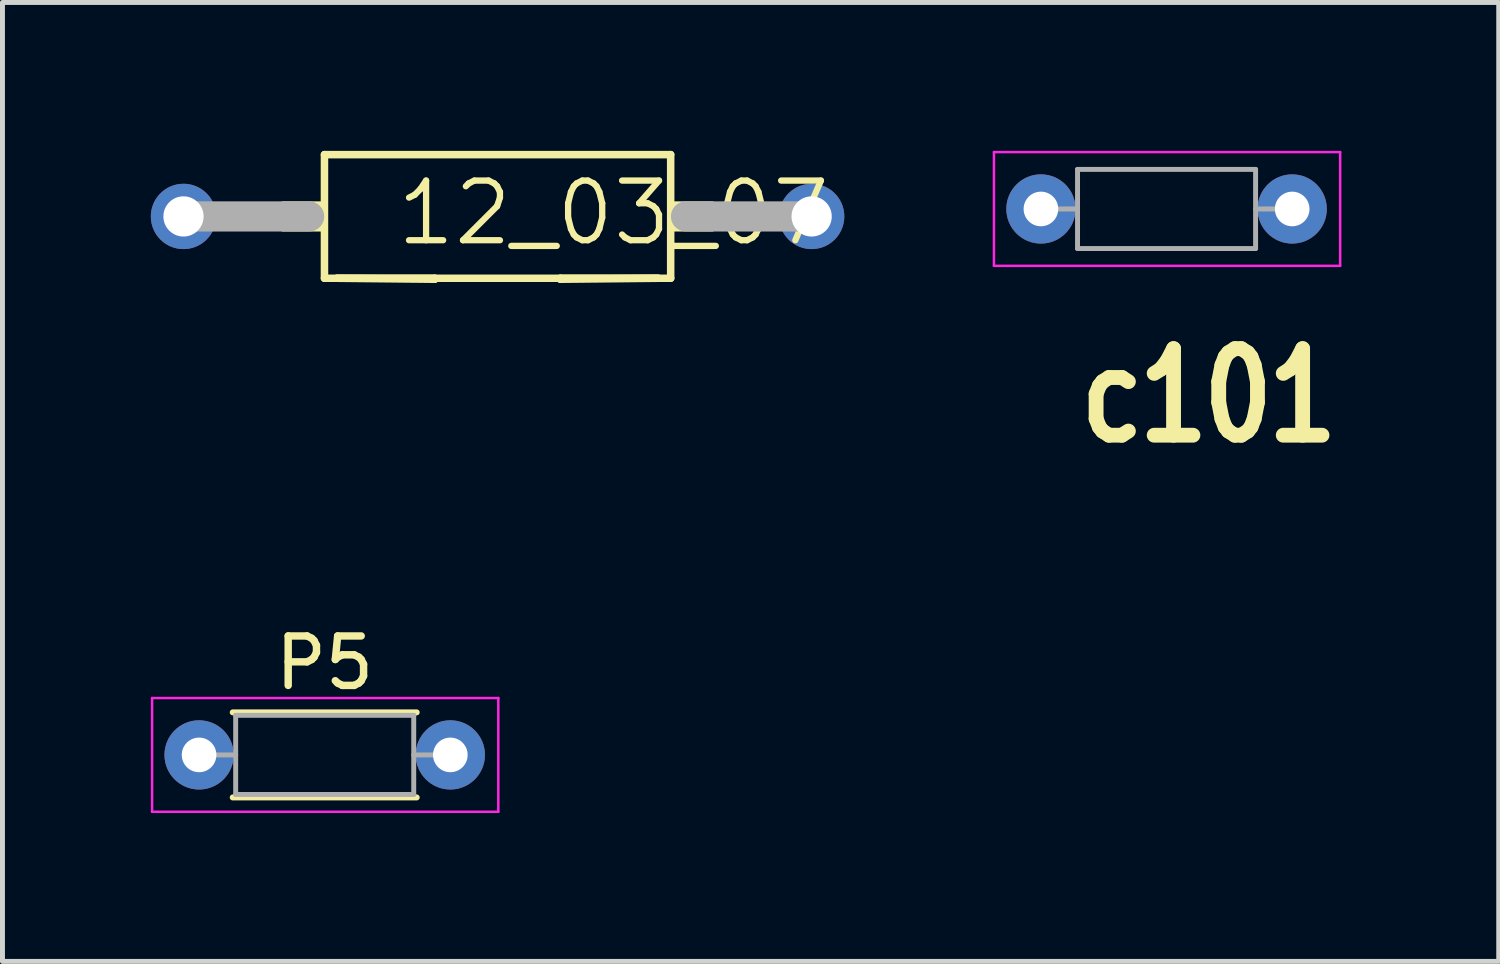
<source format=kicad_pcb>
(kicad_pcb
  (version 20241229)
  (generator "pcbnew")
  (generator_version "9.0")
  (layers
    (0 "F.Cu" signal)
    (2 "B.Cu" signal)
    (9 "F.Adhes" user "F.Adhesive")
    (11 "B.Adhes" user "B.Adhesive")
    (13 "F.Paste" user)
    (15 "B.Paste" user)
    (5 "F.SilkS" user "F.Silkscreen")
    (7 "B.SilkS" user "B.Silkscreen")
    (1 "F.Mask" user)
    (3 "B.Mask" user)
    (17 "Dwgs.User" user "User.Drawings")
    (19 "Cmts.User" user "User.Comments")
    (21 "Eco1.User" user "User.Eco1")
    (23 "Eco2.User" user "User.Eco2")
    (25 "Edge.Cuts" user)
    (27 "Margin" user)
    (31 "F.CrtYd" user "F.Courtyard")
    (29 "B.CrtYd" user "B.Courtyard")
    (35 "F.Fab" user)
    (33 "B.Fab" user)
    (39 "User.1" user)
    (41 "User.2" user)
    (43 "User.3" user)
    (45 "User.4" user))
  (footprint "P5"
    (layer "F.Cu")
    (at 0.975 12.213)
    (property "Reference" "P5" (at 2.54 -1.86 0) (layer "F.SilkS") (effects (font (size 1 1) (thickness 0.15))))
    (attr through_hole)
    (fp_line (start 0.68 -0.86) (end 4.4 -0.86) (stroke (width 0.12) (type solid)) (layer "F.SilkS"))
    (fp_line (start 0.68 0.86) (end 4.4 0.86) (stroke (width 0.12) (type solid)) (layer "F.SilkS"))
    (fp_line (start -0.95 -1.15) (end -0.95 1.15) (stroke (width 0.05) (type solid)) (layer "F.CrtYd"))
    (fp_line (start -0.95 1.15) (end 6.05 1.15) (stroke (width 0.05) (type solid)) (layer "F.CrtYd"))
    (fp_line (start 6.05 -1.15) (end -0.95 -1.15) (stroke (width 0.05) (type solid)) (layer "F.CrtYd"))
    (fp_line (start 6.05 1.15) (end 6.05 -1.15) (stroke (width 0.05) (type solid)) (layer "F.CrtYd"))
    (fp_line (start 0 0) (end 0.74 0) (stroke (width 0.1) (type solid)) (layer "F.Fab"))
    (fp_line (start 0.74 -0.8) (end 0.74 0.8) (stroke (width 0.1) (type solid)) (layer "F.Fab"))
    (fp_line (start 0.74 0.8) (end 4.34 0.8) (stroke (width 0.1) (type solid)) (layer "F.Fab"))
    (fp_line (start 4.34 -0.8) (end 0.74 -0.8) (stroke (width 0.1) (type solid)) (layer "F.Fab"))
    (fp_line (start 4.34 0.8) (end 4.34 -0.8) (stroke (width 0.1) (type solid)) (layer "F.Fab"))
    (fp_line (start 5.08 0) (end 4.34 0) (stroke (width 0.1) (type solid)) (layer "F.Fab"))
    (pad "1" thru_hole circle (at 0 0) (size 1.4 1.4) (drill 0.7) (layers "*.Cu" "*.Mask"))
    (pad "2" thru_hole oval (at 5.08 0) (size 1.4 1.4) (drill 0.7) (layers "*.Cu" "*.Mask")))
  (footprint "12_03_07"
    (layer "F.Cu")
    (at 0.66 1.326)
    (property "Reference" "12_03_07" (at 4.247 0.635 0) (layer "F.SilkS") (effects (font (size 1.206 1.206) (thickness 0.127)) (justify left bottom)))
    (attr through_hole)
    (fp_line (start 2.85 1.25) (end 2.85 -1.25) (stroke (width 0.152) (type solid)) (layer "F.SilkS"))
    (fp_line (start 2.85 1.25) (end 5.08 1.25) (stroke (width 0.152) (type solid)) (layer "F.SilkS"))
    (fp_line (start 5.08 1.25) (end 5.08 1.27) (stroke (width 0.152) (type solid)) (layer "F.SilkS"))
    (fp_line (start 5.08 1.27) (end 3.104 1.25) (stroke (width 0.152) (type solid)) (layer "F.SilkS"))
    (fp_line (start 7.62 1.25) (end 9.85 1.25) (stroke (width 0.152) (type solid)) (layer "F.SilkS"))
    (fp_line (start 7.62 1.27) (end 7.62 1.25) (stroke (width 0.152) (type solid)) (layer "F.SilkS"))
    (fp_line (start 9.596 1.25) (end 3.104 1.25) (stroke (width 0.152) (type solid)) (layer "F.SilkS"))
    (fp_line (start 9.596 1.25) (end 7.62 1.27) (stroke (width 0.152) (type solid)) (layer "F.SilkS"))
    (fp_line (start 9.85 -1.25) (end 2.85 -1.25) (stroke (width 0.152) (type solid)) (layer "F.SilkS"))
    (fp_line (start 9.85 1.25) (end 9.85 -1.25) (stroke (width 0.152) (type solid)) (layer "F.SilkS"))
    (fp_poly (pts (xy 1.986 0.305) (xy 2.85 0.305) (xy 2.85 -0.305) (xy 1.986 -0.305)) (stroke (width 0) (type solid)) (fill yes) (layer "F.SilkS"))
    (fp_poly (pts (xy 9.85 0.305) (xy 10.714 0.305) (xy 10.714 -0.305) (xy 9.85 -0.305)) (stroke (width 0) (type solid)) (fill yes) (layer "F.SilkS"))
    (fp_line (start 0 0) (end 2.54 0) (stroke (width 0.61) (type solid)) (layer "F.Fab"))
    (fp_line (start 12.7 0) (end 10.16 0) (stroke (width 0.61) (type solid)) (layer "F.Fab"))
    (pad "1" thru_hole circle (at 0 0) (size 1.321 1.321) (drill 0.813) (layers "*.Cu" "*.Mask"))
    (pad "2" thru_hole circle (at 12.7 0) (size 1.321 1.321) (drill 0.813) (layers "*.Cu" "*.Mask")))
  (footprint "c101"
    (layer "F.Cu")
    (at 17.996 1.175)
    (property "Reference" "c101" (at 3.399 3.78 0) (layer "F.SilkS") (effects (font (size 1.75 1.37) (thickness 0.3))))
    (attr through_hole)
    (fp_line (start -0.95 -1.15) (end -0.95 1.15) (stroke (width 0.05) (type solid)) (layer "F.CrtYd"))
    (fp_line (start -0.95 1.15) (end 6.05 1.15) (stroke (width 0.05) (type solid)) (layer "F.CrtYd"))
    (fp_line (start 6.05 -1.15) (end -0.95 -1.15) (stroke (width 0.05) (type solid)) (layer "F.CrtYd"))
    (fp_line (start 6.05 1.15) (end 6.05 -1.15) (stroke (width 0.05) (type solid)) (layer "F.CrtYd"))
    (fp_line (start 0 0) (end 0.74 0) (stroke (width 0.1) (type solid)) (layer "F.Fab"))
    (fp_line (start 0.74 -0.8) (end 0.74 0.8) (stroke (width 0.1) (type solid)) (layer "F.Fab"))
    (fp_line (start 0.74 0.8) (end 4.34 0.8) (stroke (width 0.1) (type solid)) (layer "F.Fab"))
    (fp_line (start 4.34 -0.8) (end 0.74 -0.8) (stroke (width 0.1) (type solid)) (layer "F.Fab"))
    (fp_line (start 4.34 0.8) (end 4.34 -0.8) (stroke (width 0.1) (type solid)) (layer "F.Fab"))
    (fp_line (start 5.08 0) (end 4.34 0) (stroke (width 0.1) (type solid)) (layer "F.Fab"))
    (pad "1" thru_hole circle (at 0 0) (size 1.4 1.4) (drill 0.7) (layers "*.Cu" "*.Mask"))
    (pad "2" thru_hole oval (at 5.08 0) (size 1.4 1.4) (drill 0.7) (layers "*.Cu" "*.Mask")))
  (gr_rect
    (start -3 -3)
    (end 27.252 16.388)
    (stroke (width 0.1) (type default))
    (fill no)
    (layer "Edge.Cuts")))
</source>
